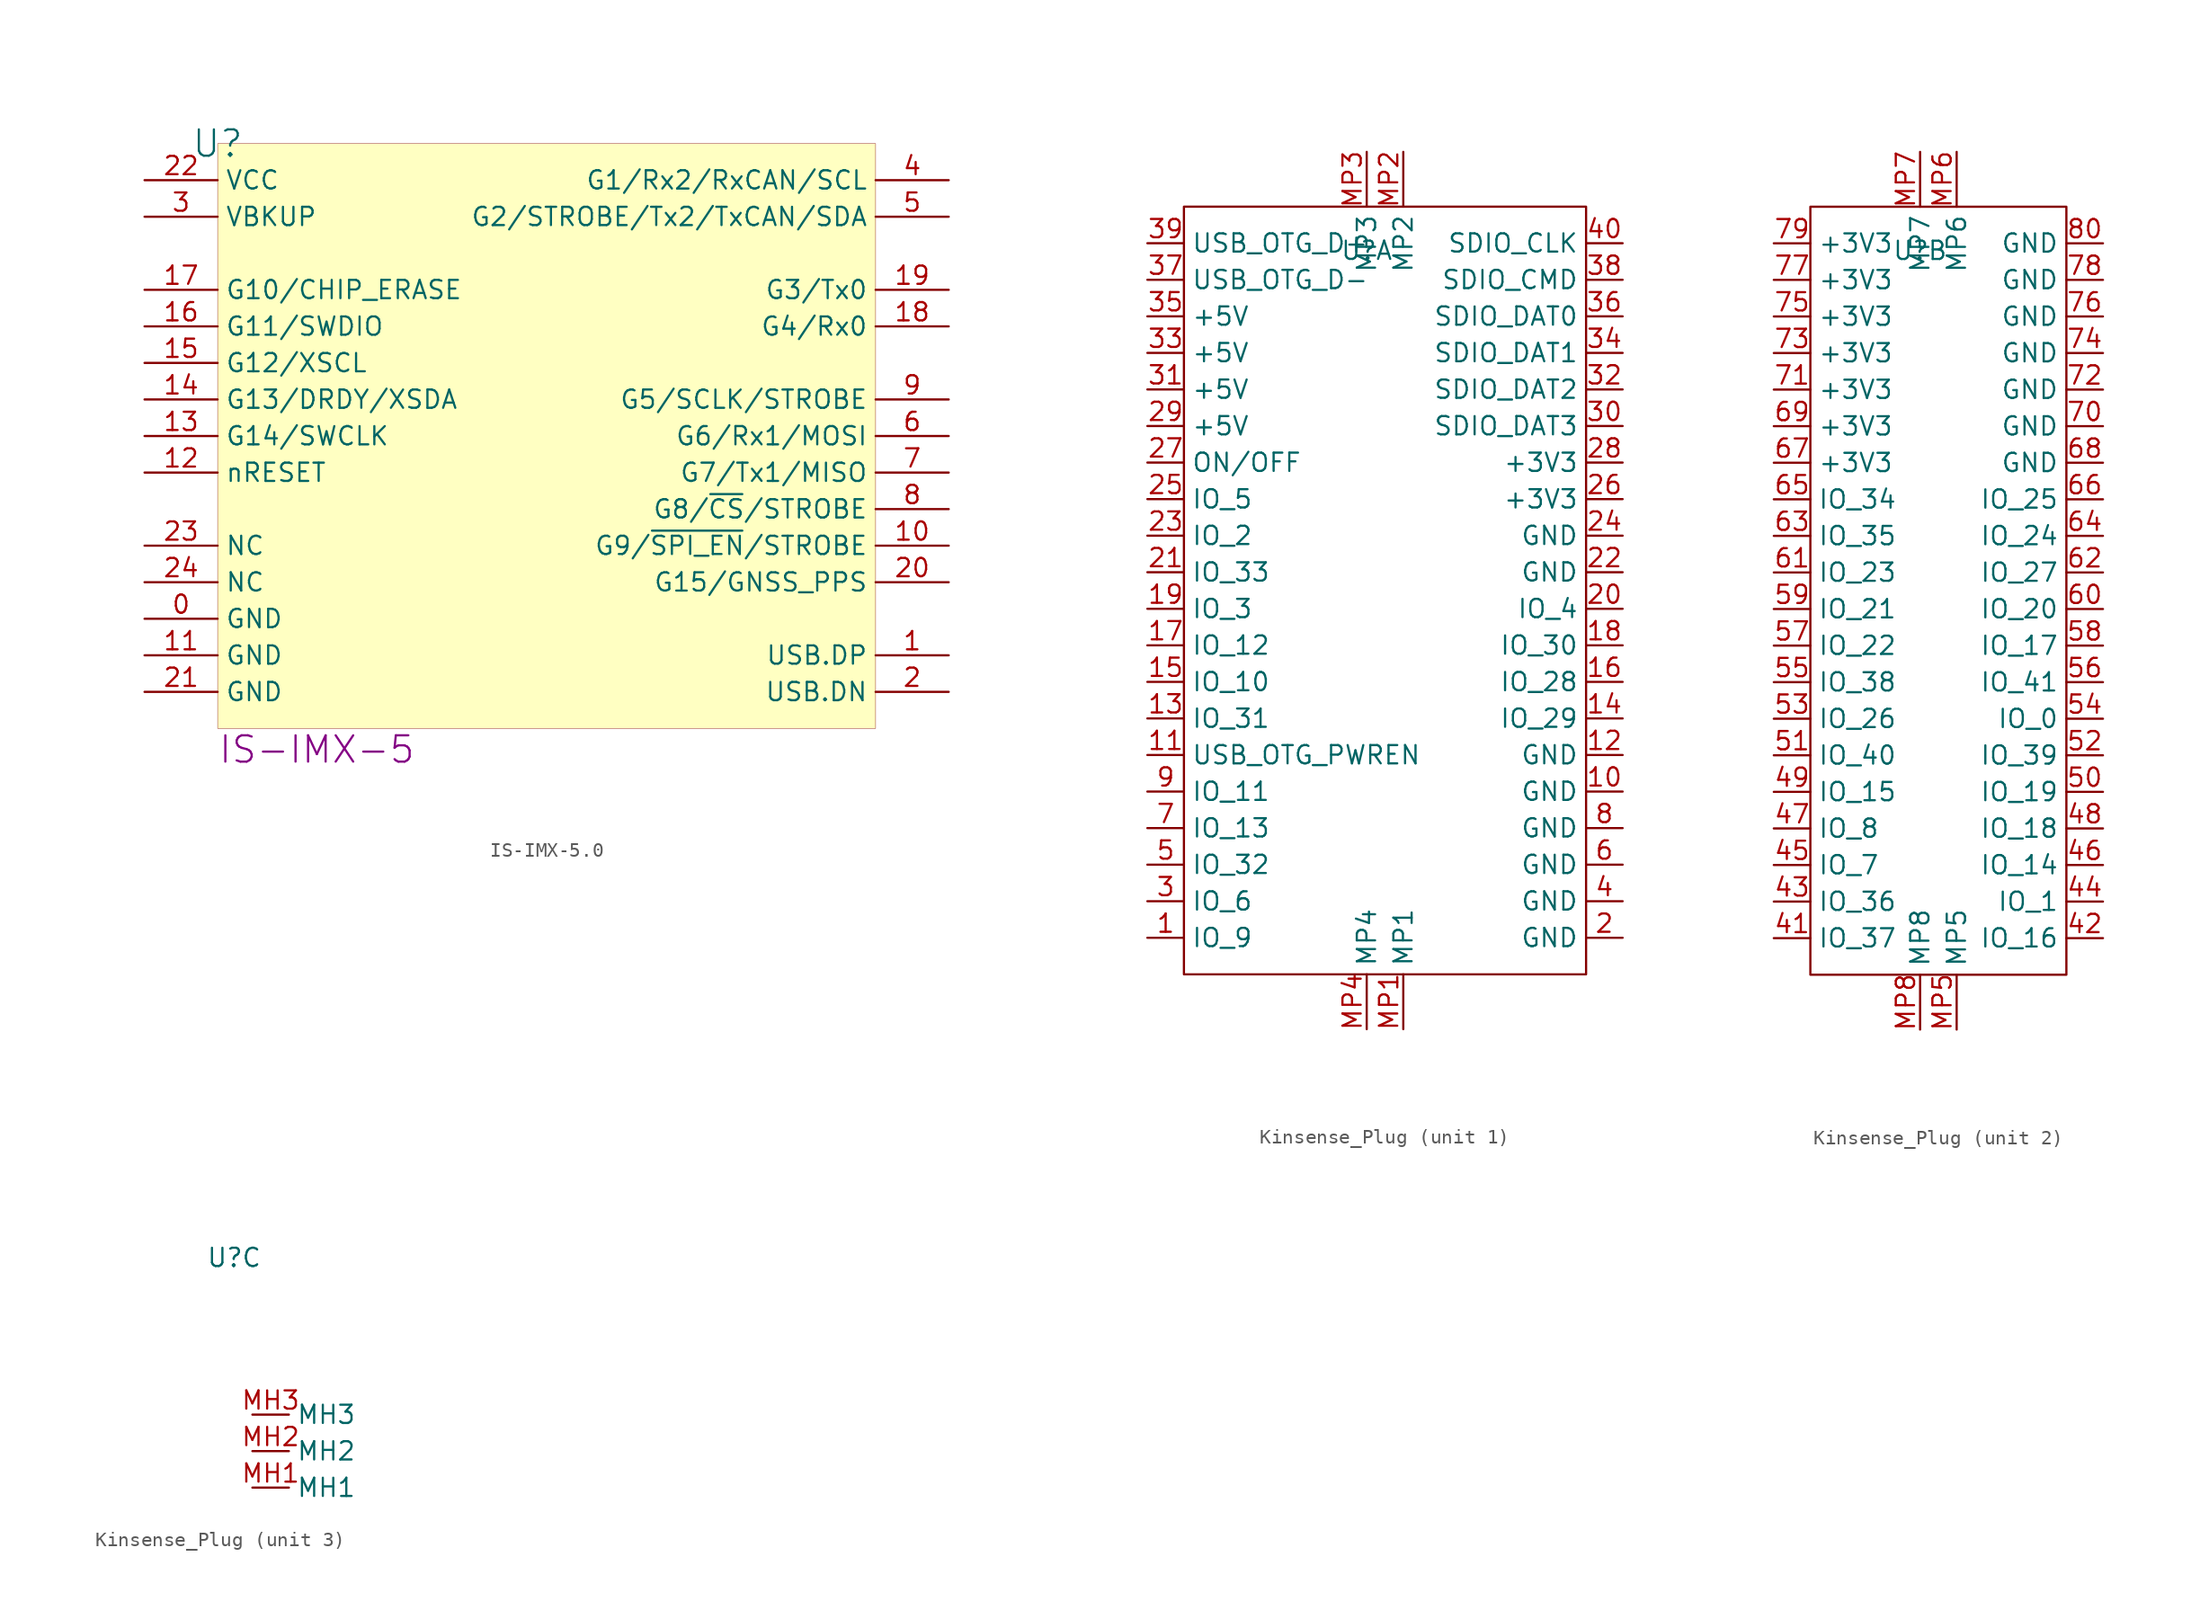
<source format=kicad_sym>
(kicad_symbol_lib
  (version 20231120)
  (generator "kicad_symbol_editor")
  (generator_version "8.0")
  (symbol "IS-IMX-5.0"
    (property "Reference" "U"
      (at 0 0 0)
      (effects (font (size 1.829 1.829))))
    (property "Manufacturer Part Number" "IS-IMX-5"
      (at 0 -43.18 0)
      (effects (font (size 1.829 1.829)) (justify left bottom)))
    (symbol "IS-IMX-5.0_1_0"
      (rectangle (start 45.72 0) (end 0 -40.64) (stroke (width 0.025) (type solid) (color 128 0 0 1)) (fill (type background)))
      (pin power_in line (at -5.08 -33.02 0) (length 5.08) (name "GND" (effects (font (size 1.27 1.27)))) (number "0" (effects (font (size 1.27 1.27)))))
      (pin passive line (at 50.8 -35.56 180) (length 5.08) (name "USB.DP" (effects (font (size 1.27 1.27)))) (number "1" (effects (font (size 1.27 1.27)))))
      (pin passive line (at 50.8 -27.94 180) (length 5.08) (name "G9/~{SPI_EN}/STROBE" (effects (font (size 1.27 1.27)))) (number "10" (effects (font (size 1.27 1.27)))))
      (pin power_in line (at -5.08 -35.56 0) (length 5.08) (name "GND" (effects (font (size 1.27 1.27)))) (number "11" (effects (font (size 1.27 1.27)))))
      (pin passive line (at -5.08 -22.86 0) (length 5.08) (name "nRESET" (effects (font (size 1.27 1.27)))) (number "12" (effects (font (size 1.27 1.27)))))
      (pin passive line (at -5.08 -20.32 0) (length 5.08) (name "G14/SWCLK" (effects (font (size 1.27 1.27)))) (number "13" (effects (font (size 1.27 1.27)))))
      (pin passive line (at -5.08 -17.78 0) (length 5.08) (name "G13/DRDY/XSDA" (effects (font (size 1.27 1.27)))) (number "14" (effects (font (size 1.27 1.27)))))
      (pin passive line (at -5.08 -15.24 0) (length 5.08) (name "G12/XSCL" (effects (font (size 1.27 1.27)))) (number "15" (effects (font (size 1.27 1.27)))))
      (pin passive line (at -5.08 -12.7 0) (length 5.08) (name "G11/SWDIO" (effects (font (size 1.27 1.27)))) (number "16" (effects (font (size 1.27 1.27)))))
      (pin passive line (at -5.08 -10.16 0) (length 5.08) (name "G10/CHIP_ERASE" (effects (font (size 1.27 1.27)))) (number "17" (effects (font (size 1.27 1.27)))))
      (pin passive line (at 50.8 -12.7 180) (length 5.08) (name "G4/Rx0" (effects (font (size 1.27 1.27)))) (number "18" (effects (font (size 1.27 1.27)))))
      (pin passive line (at 50.8 -10.16 180) (length 5.08) (name "G3/Tx0" (effects (font (size 1.27 1.27)))) (number "19" (effects (font (size 1.27 1.27)))))
      (pin passive line (at 50.8 -38.1 180) (length 5.08) (name "USB.DN" (effects (font (size 1.27 1.27)))) (number "2" (effects (font (size 1.27 1.27)))))
      (pin passive line (at 50.8 -30.48 180) (length 5.08) (name "G15/GNSS_PPS" (effects (font (size 1.27 1.27)))) (number "20" (effects (font (size 1.27 1.27)))))
      (pin power_in line (at -5.08 -38.1 0) (length 5.08) (name "GND" (effects (font (size 1.27 1.27)))) (number "21" (effects (font (size 1.27 1.27)))))
      (pin power_in line (at -5.08 -2.54 0) (length 5.08) (name "VCC" (effects (font (size 1.27 1.27)))) (number "22" (effects (font (size 1.27 1.27)))))
      (pin power_in line (at -5.08 -27.94 0) (length 5.08) (name "NC" (effects (font (size 1.27 1.27)))) (number "23" (effects (font (size 1.27 1.27)))))
      (pin power_in line (at -5.08 -30.48 0) (length 5.08) (name "NC" (effects (font (size 1.27 1.27)))) (number "24" (effects (font (size 1.27 1.27)))))
      (pin passive line (at -5.08 -5.08 0) (length 5.08) (name "VBKUP" (effects (font (size 1.27 1.27)))) (number "3" (effects (font (size 1.27 1.27)))))
      (pin passive line (at 50.8 -2.54 180) (length 5.08) (name "G1/Rx2/RxCAN/SCL" (effects (font (size 1.27 1.27)))) (number "4" (effects (font (size 1.27 1.27)))))
      (pin passive line (at 50.8 -5.08 180) (length 5.08) (name "G2/STROBE/Tx2/TxCAN/SDA" (effects (font (size 1.27 1.27)))) (number "5" (effects (font (size 1.27 1.27)))))
      (pin passive line (at 50.8 -20.32 180) (length 5.08) (name "G6/Rx1/MOSI" (effects (font (size 1.27 1.27)))) (number "6" (effects (font (size 1.27 1.27)))))
      (pin passive line (at 50.8 -22.86 180) (length 5.08) (name "G7/Tx1/MISO" (effects (font (size 1.27 1.27)))) (number "7" (effects (font (size 1.27 1.27)))))
      (pin passive line (at 50.8 -25.4 180) (length 5.08) (name "G8/~{CS}/STROBE" (effects (font (size 1.27 1.27)))) (number "8" (effects (font (size 1.27 1.27)))))
      (pin passive line (at 50.8 -17.78 180) (length 5.08) (name "G5/SCLK/STROBE" (effects (font (size 1.27 1.27)))) (number "9" (effects (font (size 1.27 1.27)))))))
  (symbol "Kinsense_Plug"
    (property "Reference" "U"
      (at -1.27 24.892 0)
      (effects (font (size 1.27 1.27))))
    (property "Value" ""
      (at -11.43 17.78 0)
      (effects (font (size 1.27 1.27))))
    (property "ki_locked" ""
      (at 0 0 0)
      (effects (font (size 1.27 1.27))))
    (symbol "Kinsense_Plug_1_1"
      (rectangle (start -13.97 27.94) (end 13.97 -25.4) (stroke (width 0) (type default)) (fill (type none)))
      (pin input line (at -16.51 -22.86 0) (length 2.54) (name "IO_9" (effects (font (size 1.27 1.27)))) (number "1" (effects (font (size 1.27 1.27)))))
      (pin input line (at 16.51 -12.7 180) (length 2.54) (name "GND" (effects (font (size 1.27 1.27)))) (number "10" (effects (font (size 1.27 1.27)))))
      (pin input line (at -16.51 -10.16 0) (length 2.54) (name "USB_OTG_PWREN" (effects (font (size 1.27 1.27)))) (number "11" (effects (font (size 1.27 1.27)))))
      (pin input line (at 16.51 -10.16 180) (length 2.54) (name "GND" (effects (font (size 1.27 1.27)))) (number "12" (effects (font (size 1.27 1.27)))))
      (pin input line (at -16.51 -7.62 0) (length 2.54) (name "IO_31" (effects (font (size 1.27 1.27)))) (number "13" (effects (font (size 1.27 1.27)))))
      (pin input line (at 16.51 -7.62 180) (length 2.54) (name "IO_29" (effects (font (size 1.27 1.27)))) (number "14" (effects (font (size 1.27 1.27)))))
      (pin input line (at -16.51 -5.08 0) (length 2.54) (name "IO_10" (effects (font (size 1.27 1.27)))) (number "15" (effects (font (size 1.27 1.27)))))
      (pin input line (at 16.51 -5.08 180) (length 2.54) (name "IO_28" (effects (font (size 1.27 1.27)))) (number "16" (effects (font (size 1.27 1.27)))))
      (pin input line (at -16.51 -2.54 0) (length 2.54) (name "IO_12" (effects (font (size 1.27 1.27)))) (number "17" (effects (font (size 1.27 1.27)))))
      (pin input line (at 16.51 -2.54 180) (length 2.54) (name "IO_30" (effects (font (size 1.27 1.27)))) (number "18" (effects (font (size 1.27 1.27)))))
      (pin input line (at -16.51 0 0) (length 2.54) (name "IO_3" (effects (font (size 1.27 1.27)))) (number "19" (effects (font (size 1.27 1.27)))))
      (pin input line (at 16.51 -22.86 180) (length 2.54) (name "GND" (effects (font (size 1.27 1.27)))) (number "2" (effects (font (size 1.27 1.27)))))
      (pin input line (at 16.51 0 180) (length 2.54) (name "IO_4" (effects (font (size 1.27 1.27)))) (number "20" (effects (font (size 1.27 1.27)))))
      (pin input line (at -16.51 2.54 0) (length 2.54) (name "IO_33" (effects (font (size 1.27 1.27)))) (number "21" (effects (font (size 1.27 1.27)))))
      (pin input line (at 16.51 2.54 180) (length 2.54) (name "GND" (effects (font (size 1.27 1.27)))) (number "22" (effects (font (size 1.27 1.27)))))
      (pin input line (at -16.51 5.08 0) (length 2.54) (name "IO_2" (effects (font (size 1.27 1.27)))) (number "23" (effects (font (size 1.27 1.27)))))
      (pin input line (at 16.51 5.08 180) (length 2.54) (name "GND" (effects (font (size 1.27 1.27)))) (number "24" (effects (font (size 1.27 1.27)))))
      (pin input line (at -16.51 7.62 0) (length 2.54) (name "IO_5" (effects (font (size 1.27 1.27)))) (number "25" (effects (font (size 1.27 1.27)))))
      (pin input line (at 16.51 7.62 180) (length 2.54) (name "+3V3" (effects (font (size 1.27 1.27)))) (number "26" (effects (font (size 1.27 1.27)))))
      (pin input line (at -16.51 10.16 0) (length 2.54) (name "ON/OFF" (effects (font (size 1.27 1.27)))) (number "27" (effects (font (size 1.27 1.27)))))
      (pin input line (at 16.51 10.16 180) (length 2.54) (name "+3V3" (effects (font (size 1.27 1.27)))) (number "28" (effects (font (size 1.27 1.27)))))
      (pin input line (at -16.51 12.7 0) (length 2.54) (name "+5V" (effects (font (size 1.27 1.27)))) (number "29" (effects (font (size 1.27 1.27)))))
      (pin input line (at -16.51 -20.32 0) (length 2.54) (name "IO_6" (effects (font (size 1.27 1.27)))) (number "3" (effects (font (size 1.27 1.27)))))
      (pin input line (at 16.51 12.7 180) (length 2.54) (name "SDIO_DAT3" (effects (font (size 1.27 1.27)))) (number "30" (effects (font (size 1.27 1.27)))))
      (pin input line (at -16.51 15.24 0) (length 2.54) (name "+5V" (effects (font (size 1.27 1.27)))) (number "31" (effects (font (size 1.27 1.27)))))
      (pin input line (at 16.51 15.24 180) (length 2.54) (name "SDIO_DAT2" (effects (font (size 1.27 1.27)))) (number "32" (effects (font (size 1.27 1.27)))))
      (pin input line (at -16.51 17.78 0) (length 2.54) (name "+5V" (effects (font (size 1.27 1.27)))) (number "33" (effects (font (size 1.27 1.27)))))
      (pin input line (at 16.51 17.78 180) (length 2.54) (name "SDIO_DAT1" (effects (font (size 1.27 1.27)))) (number "34" (effects (font (size 1.27 1.27)))))
      (pin input line (at -16.51 20.32 0) (length 2.54) (name "+5V" (effects (font (size 1.27 1.27)))) (number "35" (effects (font (size 1.27 1.27)))))
      (pin input line (at 16.51 20.32 180) (length 2.54) (name "SDIO_DAT0" (effects (font (size 1.27 1.27)))) (number "36" (effects (font (size 1.27 1.27)))))
      (pin input line (at -16.51 22.86 0) (length 2.54) (name "USB_OTG_D-" (effects (font (size 1.27 1.27)))) (number "37" (effects (font (size 1.27 1.27)))))
      (pin input line (at 16.51 22.86 180) (length 2.54) (name "SDIO_CMD" (effects (font (size 1.27 1.27)))) (number "38" (effects (font (size 1.27 1.27)))))
      (pin input line (at -16.51 25.4 0) (length 2.54) (name "USB_OTG_D+" (effects (font (size 1.27 1.27)))) (number "39" (effects (font (size 1.27 1.27)))))
      (pin input line (at 16.51 -20.32 180) (length 2.54) (name "GND" (effects (font (size 1.27 1.27)))) (number "4" (effects (font (size 1.27 1.27)))))
      (pin input line (at 16.51 25.4 180) (length 2.54) (name "SDIO_CLK" (effects (font (size 1.27 1.27)))) (number "40" (effects (font (size 1.27 1.27)))))
      (pin input line (at -16.51 -17.78 0) (length 2.54) (name "IO_32" (effects (font (size 1.27 1.27)))) (number "5" (effects (font (size 1.27 1.27)))))
      (pin input line (at 16.51 -17.78 180) (length 2.54) (name "GND" (effects (font (size 1.27 1.27)))) (number "6" (effects (font (size 1.27 1.27)))))
      (pin input line (at -16.51 -15.24 0) (length 2.54) (name "IO_13" (effects (font (size 1.27 1.27)))) (number "7" (effects (font (size 1.27 1.27)))))
      (pin input line (at 16.51 -15.24 180) (length 2.54) (name "GND" (effects (font (size 1.27 1.27)))) (number "8" (effects (font (size 1.27 1.27)))))
      (pin input line (at -16.51 -12.7 0) (length 2.54) (name "IO_11" (effects (font (size 1.27 1.27)))) (number "9" (effects (font (size 1.27 1.27)))))
      (pin input line (at 1.27 -29.21 90) (length 3.81) (name "MP1" (effects (font (size 1.27 1.27)))) (number "MP1" (effects (font (size 1.27 1.27)))))
      (pin input line (at 1.27 31.75 270) (length 3.81) (name "MP2" (effects (font (size 1.27 1.27)))) (number "MP2" (effects (font (size 1.27 1.27)))))
      (pin input line (at -1.27 31.75 270) (length 3.81) (name "MP3" (effects (font (size 1.27 1.27)))) (number "MP3" (effects (font (size 1.27 1.27)))))
      (pin input line (at -1.27 -29.21 90) (length 3.81) (name "MP4" (effects (font (size 1.27 1.27)))) (number "MP4" (effects (font (size 1.27 1.27))))))
    (symbol "Kinsense_Plug_2_1"
      (rectangle (start -8.89 27.94) (end 8.89 -25.4) (stroke (width 0) (type default)) (fill (type none)))
      (pin input line (at -11.43 -22.86 0) (length 2.54) (name "IO_37" (effects (font (size 1.27 1.27)))) (number "41" (effects (font (size 1.27 1.27)))))
      (pin input line (at 11.43 -22.86 180) (length 2.54) (name "IO_16" (effects (font (size 1.27 1.27)))) (number "42" (effects (font (size 1.27 1.27)))))
      (pin input line (at -11.43 -20.32 0) (length 2.54) (name "IO_36" (effects (font (size 1.27 1.27)))) (number "43" (effects (font (size 1.27 1.27)))))
      (pin input line (at 11.43 -20.32 180) (length 2.54) (name "IO_1" (effects (font (size 1.27 1.27)))) (number "44" (effects (font (size 1.27 1.27)))))
      (pin input line (at -11.43 -17.78 0) (length 2.54) (name "IO_7" (effects (font (size 1.27 1.27)))) (number "45" (effects (font (size 1.27 1.27)))))
      (pin input line (at 11.43 -17.78 180) (length 2.54) (name "IO_14" (effects (font (size 1.27 1.27)))) (number "46" (effects (font (size 1.27 1.27)))))
      (pin input line (at -11.43 -15.24 0) (length 2.54) (name "IO_8" (effects (font (size 1.27 1.27)))) (number "47" (effects (font (size 1.27 1.27)))))
      (pin input line (at 11.43 -15.24 180) (length 2.54) (name "IO_18" (effects (font (size 1.27 1.27)))) (number "48" (effects (font (size 1.27 1.27)))))
      (pin input line (at -11.43 -12.7 0) (length 2.54) (name "IO_15" (effects (font (size 1.27 1.27)))) (number "49" (effects (font (size 1.27 1.27)))))
      (pin input line (at 11.43 -12.7 180) (length 2.54) (name "IO_19" (effects (font (size 1.27 1.27)))) (number "50" (effects (font (size 1.27 1.27)))))
      (pin input line (at -11.43 -10.16 0) (length 2.54) (name "IO_40" (effects (font (size 1.27 1.27)))) (number "51" (effects (font (size 1.27 1.27)))))
      (pin input line (at 11.43 -10.16 180) (length 2.54) (name "IO_39" (effects (font (size 1.27 1.27)))) (number "52" (effects (font (size 1.27 1.27)))))
      (pin input line (at -11.43 -7.62 0) (length 2.54) (name "IO_26" (effects (font (size 1.27 1.27)))) (number "53" (effects (font (size 1.27 1.27)))))
      (pin input line (at 11.43 -7.62 180) (length 2.54) (name "IO_0" (effects (font (size 1.27 1.27)))) (number "54" (effects (font (size 1.27 1.27)))))
      (pin input line (at -11.43 -5.08 0) (length 2.54) (name "IO_38" (effects (font (size 1.27 1.27)))) (number "55" (effects (font (size 1.27 1.27)))))
      (pin input line (at 11.43 -5.08 180) (length 2.54) (name "IO_41" (effects (font (size 1.27 1.27)))) (number "56" (effects (font (size 1.27 1.27)))))
      (pin input line (at -11.43 -2.54 0) (length 2.54) (name "IO_22" (effects (font (size 1.27 1.27)))) (number "57" (effects (font (size 1.27 1.27)))))
      (pin input line (at 11.43 -2.54 180) (length 2.54) (name "IO_17" (effects (font (size 1.27 1.27)))) (number "58" (effects (font (size 1.27 1.27)))))
      (pin input line (at -11.43 0 0) (length 2.54) (name "IO_21" (effects (font (size 1.27 1.27)))) (number "59" (effects (font (size 1.27 1.27)))))
      (pin input line (at 11.43 0 180) (length 2.54) (name "IO_20" (effects (font (size 1.27 1.27)))) (number "60" (effects (font (size 1.27 1.27)))))
      (pin input line (at -11.43 2.54 0) (length 2.54) (name "IO_23" (effects (font (size 1.27 1.27)))) (number "61" (effects (font (size 1.27 1.27)))))
      (pin input line (at 11.43 2.54 180) (length 2.54) (name "IO_27" (effects (font (size 1.27 1.27)))) (number "62" (effects (font (size 1.27 1.27)))))
      (pin input line (at -11.43 5.08 0) (length 2.54) (name "IO_35" (effects (font (size 1.27 1.27)))) (number "63" (effects (font (size 1.27 1.27)))))
      (pin input line (at 11.43 5.08 180) (length 2.54) (name "IO_24" (effects (font (size 1.27 1.27)))) (number "64" (effects (font (size 1.27 1.27)))))
      (pin input line (at -11.43 7.62 0) (length 2.54) (name "IO_34" (effects (font (size 1.27 1.27)))) (number "65" (effects (font (size 1.27 1.27)))))
      (pin input line (at 11.43 7.62 180) (length 2.54) (name "IO_25" (effects (font (size 1.27 1.27)))) (number "66" (effects (font (size 1.27 1.27)))))
      (pin input line (at -11.43 10.16 0) (length 2.54) (name "+3V3" (effects (font (size 1.27 1.27)))) (number "67" (effects (font (size 1.27 1.27)))))
      (pin input line (at 11.43 10.16 180) (length 2.54) (name "GND" (effects (font (size 1.27 1.27)))) (number "68" (effects (font (size 1.27 1.27)))))
      (pin input line (at -11.43 12.7 0) (length 2.54) (name "+3V3" (effects (font (size 1.27 1.27)))) (number "69" (effects (font (size 1.27 1.27)))))
      (pin input line (at 11.43 12.7 180) (length 2.54) (name "GND" (effects (font (size 1.27 1.27)))) (number "70" (effects (font (size 1.27 1.27)))))
      (pin input line (at -11.43 15.24 0) (length 2.54) (name "+3V3" (effects (font (size 1.27 1.27)))) (number "71" (effects (font (size 1.27 1.27)))))
      (pin input line (at 11.43 15.24 180) (length 2.54) (name "GND" (effects (font (size 1.27 1.27)))) (number "72" (effects (font (size 1.27 1.27)))))
      (pin input line (at -11.43 17.78 0) (length 2.54) (name "+3V3" (effects (font (size 1.27 1.27)))) (number "73" (effects (font (size 1.27 1.27)))))
      (pin input line (at 11.43 17.78 180) (length 2.54) (name "GND" (effects (font (size 1.27 1.27)))) (number "74" (effects (font (size 1.27 1.27)))))
      (pin input line (at -11.43 20.32 0) (length 2.54) (name "+3V3" (effects (font (size 1.27 1.27)))) (number "75" (effects (font (size 1.27 1.27)))))
      (pin input line (at 11.43 20.32 180) (length 2.54) (name "GND" (effects (font (size 1.27 1.27)))) (number "76" (effects (font (size 1.27 1.27)))))
      (pin input line (at -11.43 22.86 0) (length 2.54) (name "+3V3" (effects (font (size 1.27 1.27)))) (number "77" (effects (font (size 1.27 1.27)))))
      (pin input line (at 11.43 22.86 180) (length 2.54) (name "GND" (effects (font (size 1.27 1.27)))) (number "78" (effects (font (size 1.27 1.27)))))
      (pin input line (at -11.43 25.4 0) (length 2.54) (name "+3V3" (effects (font (size 1.27 1.27)))) (number "79" (effects (font (size 1.27 1.27)))))
      (pin input line (at 11.43 25.4 180) (length 2.54) (name "GND" (effects (font (size 1.27 1.27)))) (number "80" (effects (font (size 1.27 1.27)))))
      (pin input line (at 1.27 -29.21 90) (length 3.81) (name "MP5" (effects (font (size 1.27 1.27)))) (number "MP5" (effects (font (size 1.27 1.27)))))
      (pin input line (at 1.27 31.75 270) (length 3.81) (name "MP6" (effects (font (size 1.27 1.27)))) (number "MP6" (effects (font (size 1.27 1.27)))))
      (pin input line (at -1.27 31.75 270) (length 3.81) (name "MP7" (effects (font (size 1.27 1.27)))) (number "MP7" (effects (font (size 1.27 1.27)))))
      (pin input line (at -1.27 -29.21 90) (length 3.81) (name "MP8" (effects (font (size 1.27 1.27)))) (number "MP8" (effects (font (size 1.27 1.27))))))
    (symbol "Kinsense_Plug_3_1"
      (pin input line (at 0 8.89 0) (length 2.54) (name "MH1" (effects (font (size 1.27 1.27)))) (number "MH1" (effects (font (size 1.27 1.27)))))
      (pin input line (at 0 11.43 0) (length 2.54) (name "MH2" (effects (font (size 1.27 1.27)))) (number "MH2" (effects (font (size 1.27 1.27)))))
      (pin input line (at 0 13.97 0) (length 2.54) (name "MH3" (effects (font (size 1.27 1.27)))) (number "MH3" (effects (font (size 1.27 1.27))))))))
</source>
